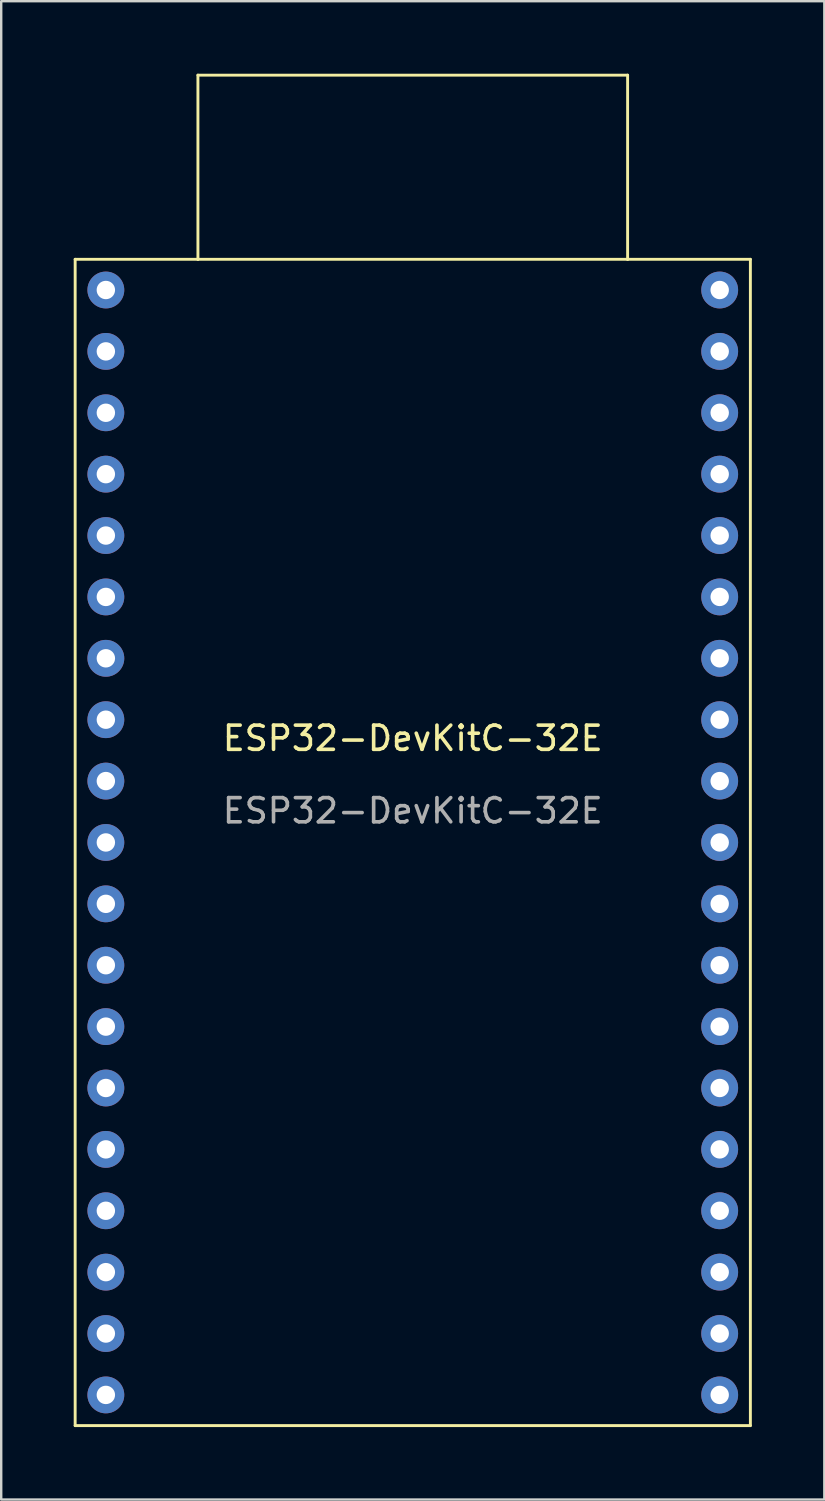
<source format=kicad_pcb>
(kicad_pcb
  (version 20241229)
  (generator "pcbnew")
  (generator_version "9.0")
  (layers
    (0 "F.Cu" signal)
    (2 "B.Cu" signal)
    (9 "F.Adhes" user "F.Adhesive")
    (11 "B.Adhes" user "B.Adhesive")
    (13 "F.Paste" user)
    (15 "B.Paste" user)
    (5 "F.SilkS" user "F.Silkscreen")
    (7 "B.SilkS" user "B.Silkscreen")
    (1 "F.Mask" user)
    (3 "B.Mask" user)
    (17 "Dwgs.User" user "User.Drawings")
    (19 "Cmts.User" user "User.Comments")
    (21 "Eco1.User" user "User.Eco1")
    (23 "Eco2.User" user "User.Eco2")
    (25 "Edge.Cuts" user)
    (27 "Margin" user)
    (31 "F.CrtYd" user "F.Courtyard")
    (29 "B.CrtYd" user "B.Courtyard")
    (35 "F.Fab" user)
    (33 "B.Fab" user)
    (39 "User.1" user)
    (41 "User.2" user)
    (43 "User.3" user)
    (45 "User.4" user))
  (footprint "ESP32-DevKitC-32E"
    (layer "F.Cu")
    (at 14.03 28)
    (property "Reference" "ESP32-DevKitC-32E" (at 0 -0.5 0) (unlocked yes) (layer "F.SilkS") (effects (font (size 1 1) (thickness 0.15))))
    (attr through_hole)
    (fp_line (start -13.97 -20.32) (end -13.97 27.94) (stroke (width 0.12) (type default)) (layer "F.SilkS"))
    (fp_line (start -13.97 27.94) (end 13.97 27.94) (stroke (width 0.12) (type default)) (layer "F.SilkS"))
    (fp_line (start -8.89 -27.94) (end -8.89 -20.32) (stroke (width 0.12) (type default)) (layer "F.SilkS"))
    (fp_line (start -8.89 -20.32) (end -13.97 -20.32) (stroke (width 0.12) (type default)) (layer "F.SilkS"))
    (fp_line (start -8.89 -20.32) (end 8.89 -20.32) (stroke (width 0.12) (type default)) (layer "F.SilkS"))
    (fp_line (start 8.89 -27.94) (end -8.89 -27.94) (stroke (width 0.12) (type default)) (layer "F.SilkS"))
    (fp_line (start 8.89 -20.32) (end 8.89 -27.94) (stroke (width 0.12) (type default)) (layer "F.SilkS"))
    (fp_line (start 13.97 -20.32) (end 8.89 -20.32) (stroke (width 0.12) (type default)) (layer "F.SilkS"))
    (fp_line (start 13.97 27.94) (end 13.97 -20.32) (stroke (width 0.12) (type default)) (layer "F.SilkS"))
    (fp_text user "${REFERENCE}" (at 0 2.5 0) (unlocked yes) (layer "F.Fab") (effects (font (size 1 1) (thickness 0.15))))
    (pad "1" thru_hole circle (at -12.7 -19.05) (size 1.524 1.524) (drill 0.762) (layers "*.Cu" "*.Mask"))
    (pad "2" thru_hole circle (at -12.7 -16.51) (size 1.524 1.524) (drill 0.762) (layers "*.Cu" "*.Mask"))
    (pad "3" thru_hole circle (at -12.7 -13.97) (size 1.524 1.524) (drill 0.762) (layers "*.Cu" "*.Mask"))
    (pad "4" thru_hole circle (at -12.7 -11.43) (size 1.524 1.524) (drill 0.762) (layers "*.Cu" "*.Mask"))
    (pad "5" thru_hole circle (at -12.7 -8.89) (size 1.524 1.524) (drill 0.762) (layers "*.Cu" "*.Mask"))
    (pad "6" thru_hole circle (at -12.7 -6.35) (size 1.524 1.524) (drill 0.762) (layers "*.Cu" "*.Mask"))
    (pad "7" thru_hole circle (at -12.7 -3.81) (size 1.524 1.524) (drill 0.762) (layers "*.Cu" "*.Mask"))
    (pad "8" thru_hole circle (at -12.7 -1.27) (size 1.524 1.524) (drill 0.762) (layers "*.Cu" "*.Mask"))
    (pad "9" thru_hole circle (at -12.7 1.27) (size 1.524 1.524) (drill 0.762) (layers "*.Cu" "*.Mask"))
    (pad "10" thru_hole circle (at -12.7 3.81) (size 1.524 1.524) (drill 0.762) (layers "*.Cu" "*.Mask"))
    (pad "11" thru_hole circle (at -12.7 6.35) (size 1.524 1.524) (drill 0.762) (layers "*.Cu" "*.Mask"))
    (pad "12" thru_hole circle (at -12.7 8.89) (size 1.524 1.524) (drill 0.762) (layers "*.Cu" "*.Mask"))
    (pad "13" thru_hole circle (at -12.7 11.43) (size 1.524 1.524) (drill 0.762) (layers "*.Cu" "*.Mask"))
    (pad "14" thru_hole circle (at -12.7 13.97) (size 1.524 1.524) (drill 0.762) (layers "*.Cu" "*.Mask"))
    (pad "15" thru_hole circle (at -12.7 16.51) (size 1.524 1.524) (drill 0.762) (layers "*.Cu" "*.Mask"))
    (pad "16" thru_hole circle (at -12.7 19.05) (size 1.524 1.524) (drill 0.762) (layers "*.Cu" "*.Mask"))
    (pad "17" thru_hole circle (at -12.7 21.59) (size 1.524 1.524) (drill 0.762) (layers "*.Cu" "*.Mask"))
    (pad "18" thru_hole circle (at -12.7 24.13) (size 1.524 1.524) (drill 0.762) (layers "*.Cu" "*.Mask"))
    (pad "19" thru_hole circle (at -12.7 26.67) (size 1.524 1.524) (drill 0.762) (layers "*.Cu" "*.Mask"))
    (pad "20" thru_hole circle (at 12.7 24.13) (size 1.524 1.524) (drill 0.762) (layers "*.Cu" "*.Mask"))
    (pad "21" thru_hole circle (at 12.7 21.59) (size 1.524 1.524) (drill 0.762) (layers "*.Cu" "*.Mask"))
    (pad "22" thru_hole circle (at 12.7 26.67) (size 1.524 1.524) (drill 0.762) (layers "*.Cu" "*.Mask"))
    (pad "23" thru_hole circle (at 12.7 19.05) (size 1.524 1.524) (drill 0.762) (layers "*.Cu" "*.Mask"))
    (pad "24" thru_hole circle (at 12.7 16.51) (size 1.524 1.524) (drill 0.762) (layers "*.Cu" "*.Mask"))
    (pad "25" thru_hole circle (at 12.7 13.97) (size 1.524 1.524) (drill 0.762) (layers "*.Cu" "*.Mask"))
    (pad "26" thru_hole circle (at 12.7 11.43) (size 1.524 1.524) (drill 0.762) (layers "*.Cu" "*.Mask"))
    (pad "27" thru_hole circle (at 12.7 8.89) (size 1.524 1.524) (drill 0.762) (layers "*.Cu" "*.Mask"))
    (pad "28" thru_hole circle (at 12.7 6.35) (size 1.524 1.524) (drill 0.762) (layers "*.Cu" "*.Mask"))
    (pad "29" thru_hole circle (at 12.7 3.81) (size 1.524 1.524) (drill 0.762) (layers "*.Cu" "*.Mask"))
    (pad "30" thru_hole circle (at 12.7 1.27) (size 1.524 1.524) (drill 0.762) (layers "*.Cu" "*.Mask"))
    (pad "31" thru_hole circle (at 12.7 -1.27) (size 1.524 1.524) (drill 0.762) (layers "*.Cu" "*.Mask"))
    (pad "32" thru_hole circle (at 12.7 -3.81) (size 1.524 1.524) (drill 0.762) (layers "*.Cu" "*.Mask"))
    (pad "33" thru_hole circle (at 12.7 -6.35) (size 1.524 1.524) (drill 0.762) (layers "*.Cu" "*.Mask"))
    (pad "34" thru_hole circle (at 12.7 -8.89) (size 1.524 1.524) (drill 0.762) (layers "*.Cu" "*.Mask"))
    (pad "35" thru_hole circle (at 12.7 -11.43) (size 1.524 1.524) (drill 0.762) (layers "*.Cu" "*.Mask"))
    (pad "36" thru_hole circle (at 12.7 -13.97) (size 1.524 1.524) (drill 0.762) (layers "*.Cu" "*.Mask"))
    (pad "37" thru_hole circle (at 12.7 -16.51) (size 1.524 1.524) (drill 0.762) (layers "*.Cu" "*.Mask"))
    (pad "38" thru_hole circle (at 12.7 -19.05) (size 1.524 1.524) (drill 0.762) (layers "*.Cu" "*.Mask")))
  (gr_rect
    (start -3 -3)
    (end 31.06 59)
    (stroke (width 0.1) (type default))
    (fill no)
    (layer "Edge.Cuts")))
</source>
